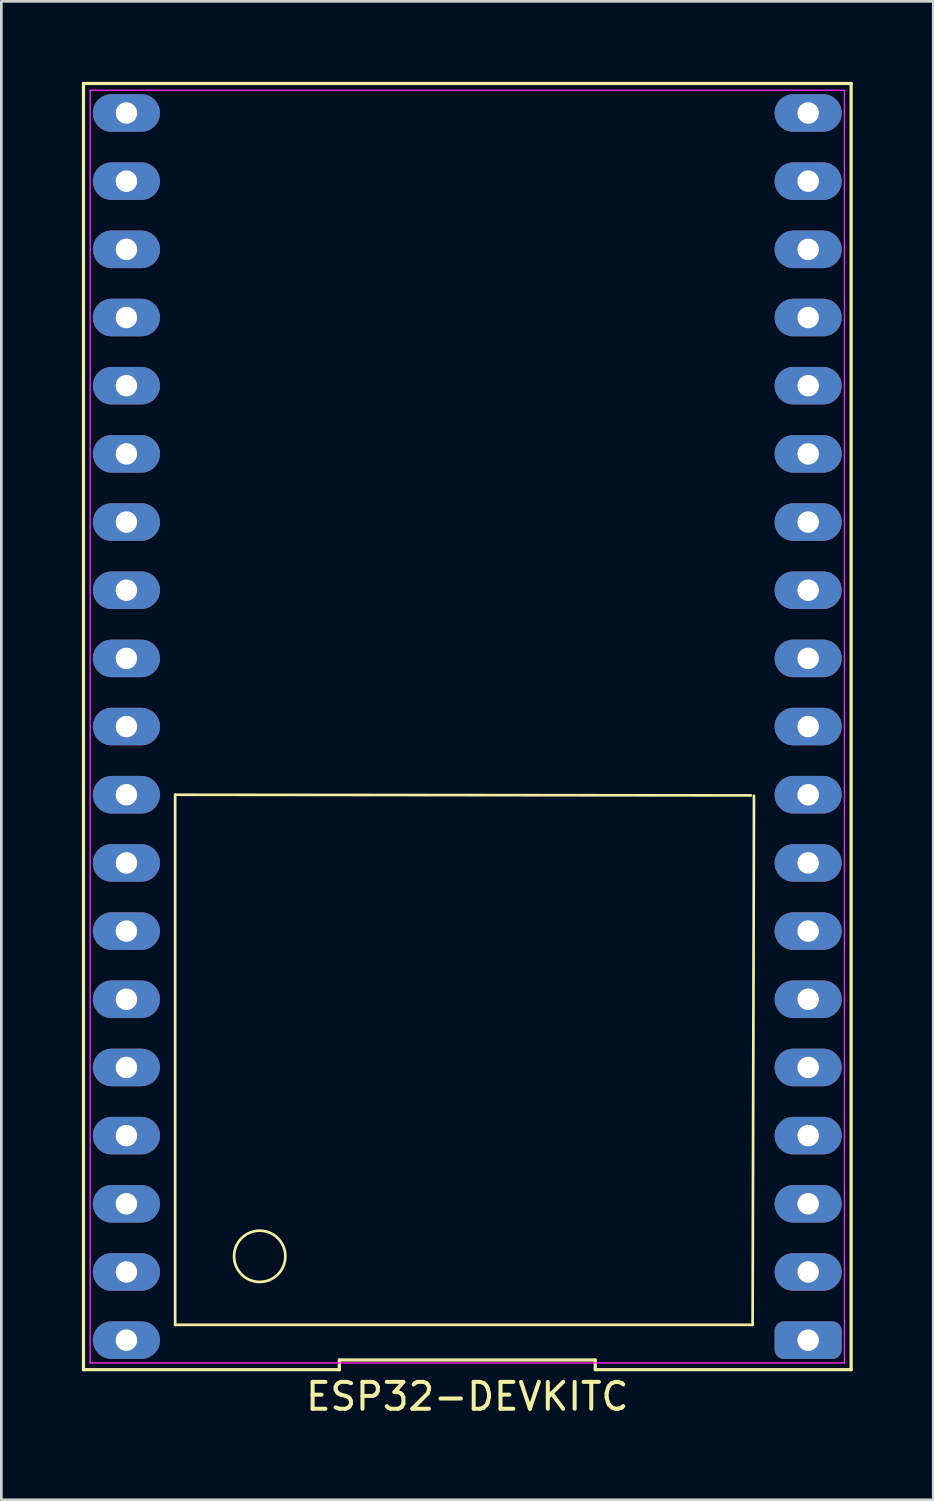
<source format=kicad_pcb>
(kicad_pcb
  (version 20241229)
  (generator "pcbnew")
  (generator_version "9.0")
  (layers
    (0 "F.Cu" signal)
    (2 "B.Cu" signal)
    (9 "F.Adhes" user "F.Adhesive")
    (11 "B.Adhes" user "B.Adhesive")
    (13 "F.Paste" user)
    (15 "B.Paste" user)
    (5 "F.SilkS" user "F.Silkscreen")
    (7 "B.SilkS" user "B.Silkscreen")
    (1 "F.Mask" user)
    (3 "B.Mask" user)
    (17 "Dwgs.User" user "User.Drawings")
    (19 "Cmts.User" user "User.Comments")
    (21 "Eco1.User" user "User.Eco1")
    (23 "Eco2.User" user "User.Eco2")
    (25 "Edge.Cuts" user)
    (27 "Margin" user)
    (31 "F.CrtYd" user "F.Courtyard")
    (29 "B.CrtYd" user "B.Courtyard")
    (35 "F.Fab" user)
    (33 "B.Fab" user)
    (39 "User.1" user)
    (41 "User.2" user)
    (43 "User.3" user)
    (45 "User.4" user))
  (footprint "ESP32-DEVKITC"
    (layer "F.Cu")
    (at 14.36 49.42)
    (property "Reference" "ESP32-DEVKITC" (at 0 -0.44 180) (layer "F.SilkS") (effects (font (size 1 1) (thickness 0.15))))
    (attr through_hole)
    (fp_line (start -14.3 -1.44) (end -4.767 -1.44) (stroke (width 0.12) (type solid)) (layer "F.SilkS"))
    (fp_line (start -14.3 -49.36) (end -14.3 -1.44) (stroke (width 0.12) (type solid)) (layer "F.SilkS"))
    (fp_line (start -10.884 -22.86) (end -10.884 -3.111) (stroke (width 0.1) (type solid)) (layer "F.SilkS"))
    (fp_line (start -10.884 -3.111) (end 10.63 -3.111) (stroke (width 0.1) (type solid)) (layer "F.SilkS"))
    (fp_line (start -4.767 -1.8) (end 4.767 -1.8) (stroke (width 0.12) (type solid)) (layer "F.SilkS"))
    (fp_line (start -4.767 -1.44) (end -4.767 -1.8) (stroke (width 0.12) (type solid)) (layer "F.SilkS"))
    (fp_line (start 4.767 -1.8) (end 4.767 -1.44) (stroke (width 0.12) (type solid)) (layer "F.SilkS"))
    (fp_line (start 4.767 -1.44) (end 14.3 -1.44) (stroke (width 0.12) (type solid)) (layer "F.SilkS"))
    (fp_line (start 10.566 -22.835) (end -10.884 -22.86) (stroke (width 0.1) (type solid)) (layer "F.SilkS"))
    (fp_line (start 10.63 -3.111) (end 10.681 -22.822) (stroke (width 0.1) (type solid)) (layer "F.SilkS"))
    (fp_line (start 14.3 -1.44) (end 14.3 -49.36) (stroke (width 0.12) (type solid)) (layer "F.SilkS"))
    (fp_line (start 14.3 -49.36) (end -14.3 -49.36) (stroke (width 0.12) (type solid)) (layer "F.SilkS"))
    (fp_circle (center -7.734 -5.664) (end -7.176 -4.889) (stroke (width 0.1) (type solid)) (fill no) (layer "F.SilkS"))
    (fp_line (start -14.05 -49.11) (end 14.05 -49.11) (stroke (width 0.05) (type solid)) (layer "F.CrtYd"))
    (fp_line (start -14.05 -1.69) (end -14.05 -49.11) (stroke (width 0.05) (type solid)) (layer "F.CrtYd"))
    (fp_line (start 14.05 -49.11) (end 14.05 -1.69) (stroke (width 0.05) (type solid)) (layer "F.CrtYd"))
    (fp_line (start 14.05 -1.69) (end -14.05 -1.69) (stroke (width 0.05) (type solid)) (layer "F.CrtYd"))
    (pad "1" thru_hole roundrect (at 12.7 -2.54 90) (size 1.4 2.5) (drill 0.8) (layers "*.Cu" "*.Mask") (roundrect_rratio 0.25))
    (pad "2" thru_hole oval (at 12.7 -5.08 90) (size 1.4 2.5) (drill 0.8) (layers "*.Cu" "*.Mask"))
    (pad "3" thru_hole oval (at 12.7 -7.62 90) (size 1.4 2.5) (drill 0.8) (layers "*.Cu" "*.Mask"))
    (pad "4" thru_hole oval (at 12.7 -10.16 90) (size 1.4 2.5) (drill 0.8) (layers "*.Cu" "*.Mask"))
    (pad "5" thru_hole oval (at 12.7 -12.7 90) (size 1.4 2.5) (drill 0.8) (layers "*.Cu" "*.Mask"))
    (pad "6" thru_hole oval (at 12.7 -15.24 90) (size 1.4 2.5) (drill 0.8) (layers "*.Cu" "*.Mask"))
    (pad "7" thru_hole oval (at 12.7 -17.78 90) (size 1.4 2.5) (drill 0.8) (layers "*.Cu" "*.Mask"))
    (pad "8" thru_hole oval (at 12.7 -20.32 90) (size 1.4 2.5) (drill 0.8) (layers "*.Cu" "*.Mask"))
    (pad "9" thru_hole oval (at 12.7 -22.86 90) (size 1.4 2.5) (drill 0.8) (layers "*.Cu" "*.Mask"))
    (pad "10" thru_hole oval (at 12.7 -25.4 90) (size 1.4 2.5) (drill 0.8) (layers "*.Cu" "*.Mask"))
    (pad "11" thru_hole oval (at 12.7 -27.94 90) (size 1.4 2.5) (drill 0.8) (layers "*.Cu" "*.Mask"))
    (pad "12" thru_hole oval (at 12.7 -30.48 90) (size 1.4 2.5) (drill 0.8) (layers "*.Cu" "*.Mask"))
    (pad "13" thru_hole oval (at 12.7 -33.02 90) (size 1.4 2.5) (drill 0.8) (layers "*.Cu" "*.Mask"))
    (pad "14" thru_hole oval (at 12.7 -35.56 90) (size 1.4 2.5) (drill 0.8) (layers "*.Cu" "*.Mask"))
    (pad "15" thru_hole oval (at 12.7 -38.1 90) (size 1.4 2.5) (drill 0.8) (layers "*.Cu" "*.Mask"))
    (pad "16" thru_hole oval (at 12.7 -40.64 90) (size 1.4 2.5) (drill 0.8) (layers "*.Cu" "*.Mask"))
    (pad "17" thru_hole oval (at 12.7 -43.18 90) (size 1.4 2.5) (drill 0.8) (layers "*.Cu" "*.Mask"))
    (pad "18" thru_hole oval (at 12.7 -45.72 90) (size 1.4 2.5) (drill 0.8) (layers "*.Cu" "*.Mask"))
    (pad "19" thru_hole oval (at 12.7 -48.26 90) (size 1.4 2.5) (drill 0.8) (layers "*.Cu" "*.Mask"))
    (pad "20" thru_hole oval (at -12.7 -48.26 90) (size 1.4 2.5) (drill 0.8) (layers "*.Cu" "*.Mask"))
    (pad "21" thru_hole oval (at -12.7 -45.72 90) (size 1.4 2.5) (drill 0.8) (layers "*.Cu" "*.Mask"))
    (pad "22" thru_hole oval (at -12.7 -43.18 90) (size 1.4 2.5) (drill 0.8) (layers "*.Cu" "*.Mask"))
    (pad "23" thru_hole oval (at -12.7 -40.64 90) (size 1.4 2.5) (drill 0.8) (layers "*.Cu" "*.Mask"))
    (pad "24" thru_hole oval (at -12.7 -38.1 90) (size 1.4 2.5) (drill 0.8) (layers "*.Cu" "*.Mask"))
    (pad "25" thru_hole oval (at -12.7 -35.56 90) (size 1.4 2.5) (drill 0.8) (layers "*.Cu" "*.Mask"))
    (pad "26" thru_hole oval (at -12.7 -33.02 90) (size 1.4 2.5) (drill 0.8) (layers "*.Cu" "*.Mask"))
    (pad "27" thru_hole oval (at -12.7 -30.48 90) (size 1.4 2.5) (drill 0.8) (layers "*.Cu" "*.Mask"))
    (pad "28" thru_hole oval (at -12.7 -27.94 90) (size 1.4 2.5) (drill 0.8) (layers "*.Cu" "*.Mask"))
    (pad "29" thru_hole oval (at -12.7 -25.4 90) (size 1.4 2.5) (drill 0.8) (layers "*.Cu" "*.Mask"))
    (pad "30" thru_hole oval (at -12.7 -22.86 90) (size 1.4 2.5) (drill 0.8) (layers "*.Cu" "*.Mask"))
    (pad "31" thru_hole oval (at -12.7 -20.32 90) (size 1.4 2.5) (drill 0.8) (layers "*.Cu" "*.Mask"))
    (pad "32" thru_hole oval (at -12.7 -17.78 90) (size 1.4 2.5) (drill 0.8) (layers "*.Cu" "*.Mask"))
    (pad "33" thru_hole oval (at -12.7 -15.24 90) (size 1.4 2.5) (drill 0.8) (layers "*.Cu" "*.Mask"))
    (pad "34" thru_hole oval (at -12.7 -12.7 90) (size 1.4 2.5) (drill 0.8) (layers "*.Cu" "*.Mask"))
    (pad "35" thru_hole oval (at -12.7 -10.16 90) (size 1.4 2.5) (drill 0.8) (layers "*.Cu" "*.Mask"))
    (pad "36" thru_hole oval (at -12.7 -7.62 90) (size 1.4 2.5) (drill 0.8) (layers "*.Cu" "*.Mask"))
    (pad "37" thru_hole oval (at -12.7 -5.08 90) (size 1.4 2.5) (drill 0.8) (layers "*.Cu" "*.Mask"))
    (pad "38" thru_hole oval (at -12.7 -2.54 90) (size 1.4 2.5) (drill 0.8) (layers "*.Cu" "*.Mask")))
  (gr_rect
    (start -3 -3)
    (end 31.72 52.828)
    (stroke (width 0.1) (type default))
    (fill no)
    (layer "Edge.Cuts")))
</source>
